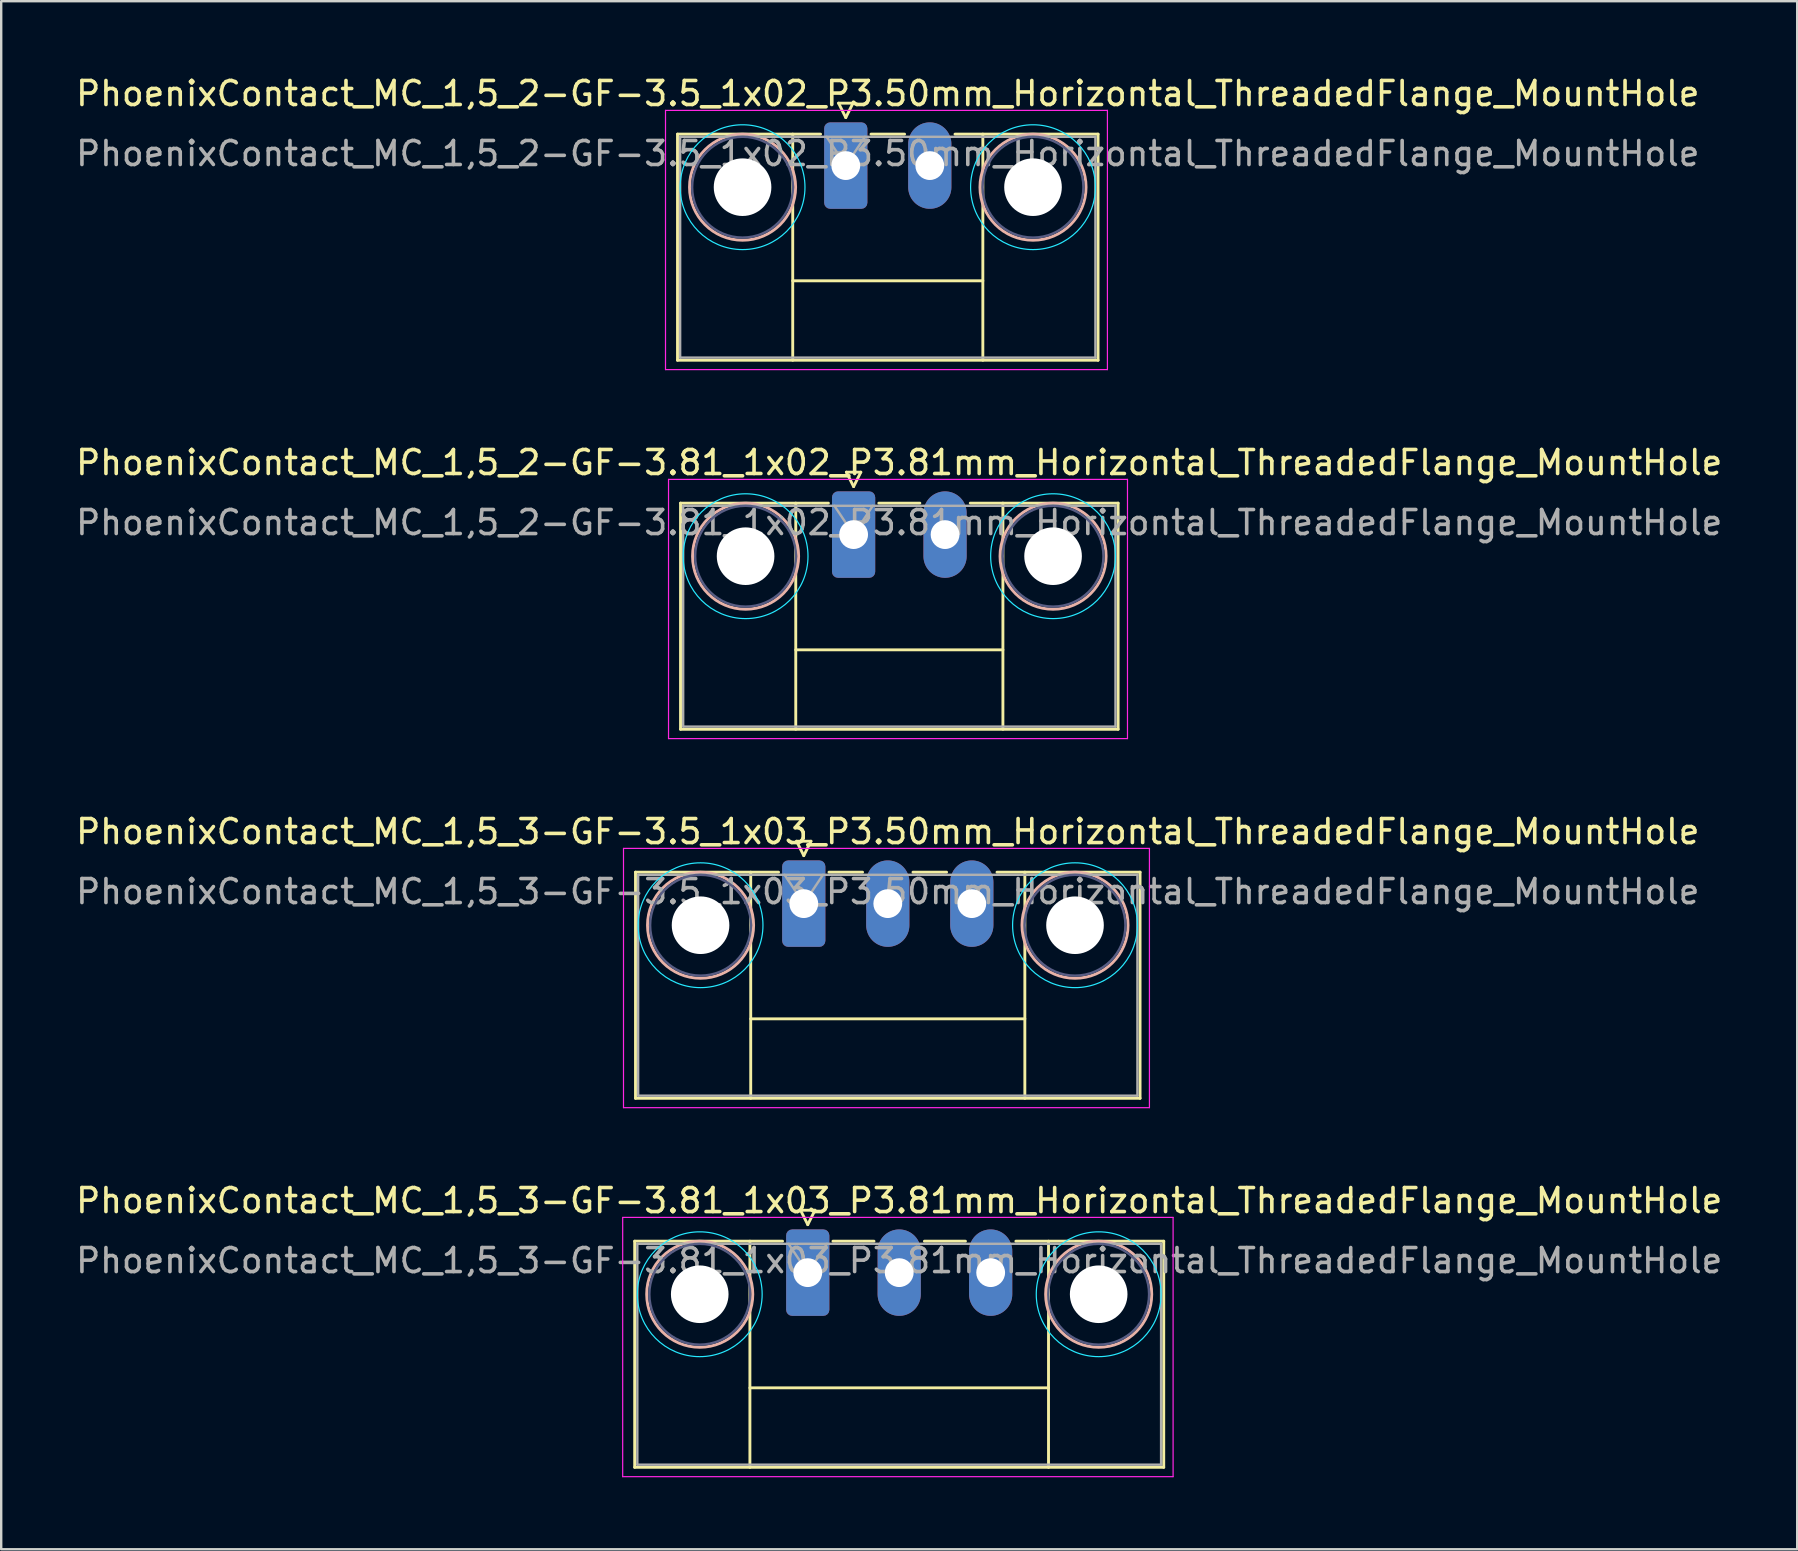
<source format=kicad_pcb>
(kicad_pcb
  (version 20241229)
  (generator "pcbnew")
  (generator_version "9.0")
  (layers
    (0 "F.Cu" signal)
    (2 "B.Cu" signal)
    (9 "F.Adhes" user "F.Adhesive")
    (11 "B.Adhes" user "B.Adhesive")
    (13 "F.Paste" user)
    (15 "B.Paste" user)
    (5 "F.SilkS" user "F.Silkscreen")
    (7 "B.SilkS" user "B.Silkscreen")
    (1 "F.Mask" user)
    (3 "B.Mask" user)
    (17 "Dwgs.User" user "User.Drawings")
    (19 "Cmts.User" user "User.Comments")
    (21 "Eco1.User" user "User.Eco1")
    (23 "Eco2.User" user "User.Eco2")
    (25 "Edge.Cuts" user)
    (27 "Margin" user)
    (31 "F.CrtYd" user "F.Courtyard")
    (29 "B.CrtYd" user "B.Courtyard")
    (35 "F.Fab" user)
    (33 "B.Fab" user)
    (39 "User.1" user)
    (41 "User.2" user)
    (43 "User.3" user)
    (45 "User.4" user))
  (footprint "PhoenixContact_MC_1,5_3-GF-3.81_1x03_P3.81mm_Horizontal_ThreadedFlange_MountHole"
    (layer "F.Cu")
    (at 30.601 49.968)
    (property "Reference" "PhoenixContact_MC_1,5_3-GF-3.81_1x03_P3.81mm_Horizontal_ThreadedFlange_MountHole" (at 3.81 -3 0) (layer "F.SilkS") (effects (font (size 1 1) (thickness 0.15))))
    (attr through_hole)
    (fp_line (start -7.21 -1.31) (end -7.21 8.11) (stroke (width 0.12) (type solid)) (layer "F.SilkS"))
    (fp_line (start -7.21 -1.31) (end -1.05 -1.31) (stroke (width 0.12) (type solid)) (layer "F.SilkS"))
    (fp_line (start -7.21 8.11) (end 14.83 8.11) (stroke (width 0.12) (type solid)) (layer "F.SilkS"))
    (fp_line (start -2.41 -1.31) (end -2.41 8.11) (stroke (width 0.12) (type solid)) (layer "F.SilkS"))
    (fp_line (start -2.41 4.8) (end 10.03 4.8) (stroke (width 0.12) (type solid)) (layer "F.SilkS"))
    (fp_line (start -0.3 -2.6) (end 0.3 -2.6) (stroke (width 0.12) (type solid)) (layer "F.SilkS"))
    (fp_line (start 0 -2) (end -0.3 -2.6) (stroke (width 0.12) (type solid)) (layer "F.SilkS"))
    (fp_line (start 0.3 -2.6) (end 0 -2) (stroke (width 0.12) (type solid)) (layer "F.SilkS"))
    (fp_line (start 1.05 -1.31) (end 2.76 -1.31) (stroke (width 0.12) (type solid)) (layer "F.SilkS"))
    (fp_line (start 4.86 -1.31) (end 6.57 -1.31) (stroke (width 0.12) (type solid)) (layer "F.SilkS"))
    (fp_line (start 10.03 -1.31) (end 10.03 8.11) (stroke (width 0.12) (type solid)) (layer "F.SilkS"))
    (fp_line (start 14.83 -1.31) (end 8.67 -1.31) (stroke (width 0.12) (type solid)) (layer "F.SilkS"))
    (fp_line (start 14.83 8.11) (end 14.83 -1.31) (stroke (width 0.12) (type solid)) (layer "F.SilkS"))
    (fp_circle (center -4.5 0.9) (end -2.29 0.9) (stroke (width 0.12) (type solid)) (fill no) (layer "B.SilkS"))
    (fp_circle (center 12.12 0.9) (end 14.33 0.9) (stroke (width 0.12) (type solid)) (fill no) (layer "B.SilkS"))
    (fp_circle (center -4.5 0.9) (end -1.9 0.9) (stroke (width 0.05) (type solid)) (fill no) (layer "B.CrtYd"))
    (fp_circle (center 12.12 0.9) (end 14.72 0.9) (stroke (width 0.05) (type solid)) (fill no) (layer "B.CrtYd"))
    (fp_line (start -7.71 -2.3) (end -7.71 8.5) (stroke (width 0.05) (type solid)) (layer "F.CrtYd"))
    (fp_line (start -7.71 8.5) (end 15.22 8.5) (stroke (width 0.05) (type solid)) (layer "F.CrtYd"))
    (fp_line (start 15.22 -2.3) (end -7.71 -2.3) (stroke (width 0.05) (type solid)) (layer "F.CrtYd"))
    (fp_line (start 15.22 8.5) (end 15.22 -2.3) (stroke (width 0.05) (type solid)) (layer "F.CrtYd"))
    (fp_circle (center -4.5 0.9) (end -2.4 0.9) (stroke (width 0.1) (type solid)) (fill no) (layer "B.Fab"))
    (fp_circle (center 12.12 0.9) (end 14.22 0.9) (stroke (width 0.1) (type solid)) (fill no) (layer "B.Fab"))
    (fp_line (start -7.1 -1.2) (end -7.1 8) (stroke (width 0.1) (type solid)) (layer "F.Fab"))
    (fp_line (start -7.1 8) (end 14.72 8) (stroke (width 0.1) (type solid)) (layer "F.Fab"))
    (fp_line (start 0 0) (end -0.8 -1.2) (stroke (width 0.1) (type solid)) (layer "F.Fab"))
    (fp_line (start 0.8 -1.2) (end 0 0) (stroke (width 0.1) (type solid)) (layer "F.Fab"))
    (fp_line (start 14.72 -1.2) (end -7.1 -1.2) (stroke (width 0.1) (type solid)) (layer "F.Fab"))
    (fp_line (start 14.72 8) (end 14.72 -1.2) (stroke (width 0.1) (type solid)) (layer "F.Fab"))
    (fp_text user "${REFERENCE}" (at 3.81 -0.5 0) (layer "F.Fab") (effects (font (size 1 1) (thickness 0.15))))
    (pad "" np_thru_hole circle (at -4.5 0.9) (size 2.4 2.4) (drill 2.4) (layers "*.Cu" "*.Mask"))
    (pad "" np_thru_hole circle (at 12.12 0.9) (size 2.4 2.4) (drill 2.4) (layers "*.Cu" "*.Mask"))
    (pad "1" thru_hole roundrect (at 0 0) (size 1.8 3.6) (drill 1.2) (layers "*.Cu" "*.Mask") (roundrect_rratio 0.139))
    (pad "2" thru_hole oval (at 3.81 0) (size 1.8 3.6) (drill 1.2) (layers "*.Cu" "*.Mask"))
    (pad "3" thru_hole oval (at 7.62 0) (size 1.8 3.6) (drill 1.2) (layers "*.Cu" "*.Mask")))
  (footprint "PhoenixContact_MC_1,5_2-GF-3.5_1x02_P3.50mm_Horizontal_ThreadedFlange_MountHole"
    (layer "F.Cu")
    (at 32.185 3.848)
    (property "Reference" "PhoenixContact_MC_1,5_2-GF-3.5_1x02_P3.50mm_Horizontal_ThreadedFlange_MountHole" (at 1.75 -3 0) (layer "F.SilkS") (effects (font (size 1 1) (thickness 0.15))))
    (attr through_hole)
    (fp_line (start -7.01 -1.31) (end -7.01 8.11) (stroke (width 0.12) (type solid)) (layer "F.SilkS"))
    (fp_line (start -7.01 -1.31) (end -1.05 -1.31) (stroke (width 0.12) (type solid)) (layer "F.SilkS"))
    (fp_line (start -7.01 8.11) (end 10.51 8.11) (stroke (width 0.12) (type solid)) (layer "F.SilkS"))
    (fp_line (start -2.21 -1.31) (end -2.21 8.11) (stroke (width 0.12) (type solid)) (layer "F.SilkS"))
    (fp_line (start -2.21 4.8) (end 5.71 4.8) (stroke (width 0.12) (type solid)) (layer "F.SilkS"))
    (fp_line (start -0.3 -2.6) (end 0.3 -2.6) (stroke (width 0.12) (type solid)) (layer "F.SilkS"))
    (fp_line (start 0 -2) (end -0.3 -2.6) (stroke (width 0.12) (type solid)) (layer "F.SilkS"))
    (fp_line (start 0.3 -2.6) (end 0 -2) (stroke (width 0.12) (type solid)) (layer "F.SilkS"))
    (fp_line (start 1.05 -1.31) (end 2.45 -1.31) (stroke (width 0.12) (type solid)) (layer "F.SilkS"))
    (fp_line (start 5.71 -1.31) (end 5.71 8.11) (stroke (width 0.12) (type solid)) (layer "F.SilkS"))
    (fp_line (start 10.51 -1.31) (end 4.55 -1.31) (stroke (width 0.12) (type solid)) (layer "F.SilkS"))
    (fp_line (start 10.51 8.11) (end 10.51 -1.31) (stroke (width 0.12) (type solid)) (layer "F.SilkS"))
    (fp_circle (center -4.3 0.9) (end -2.09 0.9) (stroke (width 0.12) (type solid)) (fill no) (layer "B.SilkS"))
    (fp_circle (center 7.8 0.9) (end 10.01 0.9) (stroke (width 0.12) (type solid)) (fill no) (layer "B.SilkS"))
    (fp_circle (center -4.3 0.9) (end -1.7 0.9) (stroke (width 0.05) (type solid)) (fill no) (layer "B.CrtYd"))
    (fp_circle (center 7.8 0.9) (end 10.4 0.9) (stroke (width 0.05) (type solid)) (fill no) (layer "B.CrtYd"))
    (fp_line (start -7.51 -2.3) (end -7.51 8.5) (stroke (width 0.05) (type solid)) (layer "F.CrtYd"))
    (fp_line (start -7.51 8.5) (end 10.9 8.5) (stroke (width 0.05) (type solid)) (layer "F.CrtYd"))
    (fp_line (start 10.9 -2.3) (end -7.51 -2.3) (stroke (width 0.05) (type solid)) (layer "F.CrtYd"))
    (fp_line (start 10.9 8.5) (end 10.9 -2.3) (stroke (width 0.05) (type solid)) (layer "F.CrtYd"))
    (fp_circle (center -4.3 0.9) (end -2.2 0.9) (stroke (width 0.1) (type solid)) (fill no) (layer "B.Fab"))
    (fp_circle (center 7.8 0.9) (end 9.9 0.9) (stroke (width 0.1) (type solid)) (fill no) (layer "B.Fab"))
    (fp_line (start -6.9 -1.2) (end -6.9 8) (stroke (width 0.1) (type solid)) (layer "F.Fab"))
    (fp_line (start -6.9 8) (end 10.4 8) (stroke (width 0.1) (type solid)) (layer "F.Fab"))
    (fp_line (start 0 0) (end -0.8 -1.2) (stroke (width 0.1) (type solid)) (layer "F.Fab"))
    (fp_line (start 0.8 -1.2) (end 0 0) (stroke (width 0.1) (type solid)) (layer "F.Fab"))
    (fp_line (start 10.4 -1.2) (end -6.9 -1.2) (stroke (width 0.1) (type solid)) (layer "F.Fab"))
    (fp_line (start 10.4 8) (end 10.4 -1.2) (stroke (width 0.1) (type solid)) (layer "F.Fab"))
    (fp_text user "${REFERENCE}" (at 1.75 -0.5 0) (layer "F.Fab") (effects (font (size 1 1) (thickness 0.15))))
    (pad "" np_thru_hole circle (at -4.3 0.9) (size 2.4 2.4) (drill 2.4) (layers "*.Cu" "*.Mask"))
    (pad "" np_thru_hole circle (at 7.8 0.9) (size 2.4 2.4) (drill 2.4) (layers "*.Cu" "*.Mask"))
    (pad "1" thru_hole roundrect (at 0 0) (size 1.8 3.6) (drill 1.2) (layers "*.Cu" "*.Mask") (roundrect_rratio 0.139))
    (pad "2" thru_hole oval (at 3.5 0) (size 1.8 3.6) (drill 1.2) (layers "*.Cu" "*.Mask")))
  (footprint "PhoenixContact_MC_1,5_2-GF-3.81_1x02_P3.81mm_Horizontal_ThreadedFlange_MountHole"
    (layer "F.Cu")
    (at 32.511 19.221)
    (property "Reference" "PhoenixContact_MC_1,5_2-GF-3.81_1x02_P3.81mm_Horizontal_ThreadedFlange_MountHole" (at 1.9 -3 0) (layer "F.SilkS") (effects (font (size 1 1) (thickness 0.15))))
    (attr through_hole)
    (fp_line (start -7.21 -1.31) (end -7.21 8.11) (stroke (width 0.12) (type solid)) (layer "F.SilkS"))
    (fp_line (start -7.21 -1.31) (end -1.05 -1.31) (stroke (width 0.12) (type solid)) (layer "F.SilkS"))
    (fp_line (start -7.21 8.11) (end 11.02 8.11) (stroke (width 0.12) (type solid)) (layer "F.SilkS"))
    (fp_line (start -2.41 -1.31) (end -2.41 8.11) (stroke (width 0.12) (type solid)) (layer "F.SilkS"))
    (fp_line (start -2.41 4.8) (end 6.22 4.8) (stroke (width 0.12) (type solid)) (layer "F.SilkS"))
    (fp_line (start -0.3 -2.6) (end 0.3 -2.6) (stroke (width 0.12) (type solid)) (layer "F.SilkS"))
    (fp_line (start 0 -2) (end -0.3 -2.6) (stroke (width 0.12) (type solid)) (layer "F.SilkS"))
    (fp_line (start 0.3 -2.6) (end 0 -2) (stroke (width 0.12) (type solid)) (layer "F.SilkS"))
    (fp_line (start 1.05 -1.31) (end 2.76 -1.31) (stroke (width 0.12) (type solid)) (layer "F.SilkS"))
    (fp_line (start 6.22 -1.31) (end 6.22 8.11) (stroke (width 0.12) (type solid)) (layer "F.SilkS"))
    (fp_line (start 11.02 -1.31) (end 4.86 -1.31) (stroke (width 0.12) (type solid)) (layer "F.SilkS"))
    (fp_line (start 11.02 8.11) (end 11.02 -1.31) (stroke (width 0.12) (type solid)) (layer "F.SilkS"))
    (fp_circle (center -4.5 0.9) (end -2.29 0.9) (stroke (width 0.12) (type solid)) (fill no) (layer "B.SilkS"))
    (fp_circle (center 8.31 0.9) (end 10.52 0.9) (stroke (width 0.12) (type solid)) (fill no) (layer "B.SilkS"))
    (fp_circle (center -4.5 0.9) (end -1.9 0.9) (stroke (width 0.05) (type solid)) (fill no) (layer "B.CrtYd"))
    (fp_circle (center 8.31 0.9) (end 10.91 0.9) (stroke (width 0.05) (type solid)) (fill no) (layer "B.CrtYd"))
    (fp_line (start -7.71 -2.3) (end -7.71 8.5) (stroke (width 0.05) (type solid)) (layer "F.CrtYd"))
    (fp_line (start -7.71 8.5) (end 11.41 8.5) (stroke (width 0.05) (type solid)) (layer "F.CrtYd"))
    (fp_line (start 11.41 -2.3) (end -7.71 -2.3) (stroke (width 0.05) (type solid)) (layer "F.CrtYd"))
    (fp_line (start 11.41 8.5) (end 11.41 -2.3) (stroke (width 0.05) (type solid)) (layer "F.CrtYd"))
    (fp_circle (center -4.5 0.9) (end -2.4 0.9) (stroke (width 0.1) (type solid)) (fill no) (layer "B.Fab"))
    (fp_circle (center 8.31 0.9) (end 10.41 0.9) (stroke (width 0.1) (type solid)) (fill no) (layer "B.Fab"))
    (fp_line (start -7.1 -1.2) (end -7.1 8) (stroke (width 0.1) (type solid)) (layer "F.Fab"))
    (fp_line (start -7.1 8) (end 10.91 8) (stroke (width 0.1) (type solid)) (layer "F.Fab"))
    (fp_line (start 0 0) (end -0.8 -1.2) (stroke (width 0.1) (type solid)) (layer "F.Fab"))
    (fp_line (start 0.8 -1.2) (end 0 0) (stroke (width 0.1) (type solid)) (layer "F.Fab"))
    (fp_line (start 10.91 -1.2) (end -7.1 -1.2) (stroke (width 0.1) (type solid)) (layer "F.Fab"))
    (fp_line (start 10.91 8) (end 10.91 -1.2) (stroke (width 0.1) (type solid)) (layer "F.Fab"))
    (fp_text user "${REFERENCE}" (at 1.9 -0.5 0) (layer "F.Fab") (effects (font (size 1 1) (thickness 0.15))))
    (pad "" np_thru_hole circle (at -4.5 0.9) (size 2.4 2.4) (drill 2.4) (layers "*.Cu" "*.Mask"))
    (pad "" np_thru_hole circle (at 8.31 0.9) (size 2.4 2.4) (drill 2.4) (layers "*.Cu" "*.Mask"))
    (pad "1" thru_hole roundrect (at 0 0) (size 1.8 3.6) (drill 1.2) (layers "*.Cu" "*.Mask") (roundrect_rratio 0.139))
    (pad "2" thru_hole oval (at 3.81 0) (size 1.8 3.6) (drill 1.2) (layers "*.Cu" "*.Mask")))
  (footprint "PhoenixContact_MC_1,5_3-GF-3.5_1x03_P3.50mm_Horizontal_ThreadedFlange_MountHole"
    (layer "F.Cu")
    (at 30.435 34.595)
    (property "Reference" "PhoenixContact_MC_1,5_3-GF-3.5_1x03_P3.50mm_Horizontal_ThreadedFlange_MountHole" (at 3.5 -3 0) (layer "F.SilkS") (effects (font (size 1 1) (thickness 0.15))))
    (attr through_hole)
    (fp_line (start -7.01 -1.31) (end -7.01 8.11) (stroke (width 0.12) (type solid)) (layer "F.SilkS"))
    (fp_line (start -7.01 -1.31) (end -1.05 -1.31) (stroke (width 0.12) (type solid)) (layer "F.SilkS"))
    (fp_line (start -7.01 8.11) (end 14.01 8.11) (stroke (width 0.12) (type solid)) (layer "F.SilkS"))
    (fp_line (start -2.21 -1.31) (end -2.21 8.11) (stroke (width 0.12) (type solid)) (layer "F.SilkS"))
    (fp_line (start -2.21 4.8) (end 9.21 4.8) (stroke (width 0.12) (type solid)) (layer "F.SilkS"))
    (fp_line (start -0.3 -2.6) (end 0.3 -2.6) (stroke (width 0.12) (type solid)) (layer "F.SilkS"))
    (fp_line (start 0 -2) (end -0.3 -2.6) (stroke (width 0.12) (type solid)) (layer "F.SilkS"))
    (fp_line (start 0.3 -2.6) (end 0 -2) (stroke (width 0.12) (type solid)) (layer "F.SilkS"))
    (fp_line (start 1.05 -1.31) (end 2.45 -1.31) (stroke (width 0.12) (type solid)) (layer "F.SilkS"))
    (fp_line (start 4.55 -1.31) (end 5.95 -1.31) (stroke (width 0.12) (type solid)) (layer "F.SilkS"))
    (fp_line (start 9.21 -1.31) (end 9.21 8.11) (stroke (width 0.12) (type solid)) (layer "F.SilkS"))
    (fp_line (start 14.01 -1.31) (end 8.05 -1.31) (stroke (width 0.12) (type solid)) (layer "F.SilkS"))
    (fp_line (start 14.01 8.11) (end 14.01 -1.31) (stroke (width 0.12) (type solid)) (layer "F.SilkS"))
    (fp_circle (center -4.3 0.9) (end -2.09 0.9) (stroke (width 0.12) (type solid)) (fill no) (layer "B.SilkS"))
    (fp_circle (center 11.3 0.9) (end 13.51 0.9) (stroke (width 0.12) (type solid)) (fill no) (layer "B.SilkS"))
    (fp_circle (center -4.3 0.9) (end -1.7 0.9) (stroke (width 0.05) (type solid)) (fill no) (layer "B.CrtYd"))
    (fp_circle (center 11.3 0.9) (end 13.9 0.9) (stroke (width 0.05) (type solid)) (fill no) (layer "B.CrtYd"))
    (fp_line (start -7.51 -2.3) (end -7.51 8.5) (stroke (width 0.05) (type solid)) (layer "F.CrtYd"))
    (fp_line (start -7.51 8.5) (end 14.4 8.5) (stroke (width 0.05) (type solid)) (layer "F.CrtYd"))
    (fp_line (start 14.4 -2.3) (end -7.51 -2.3) (stroke (width 0.05) (type solid)) (layer "F.CrtYd"))
    (fp_line (start 14.4 8.5) (end 14.4 -2.3) (stroke (width 0.05) (type solid)) (layer "F.CrtYd"))
    (fp_circle (center -4.3 0.9) (end -2.2 0.9) (stroke (width 0.1) (type solid)) (fill no) (layer "B.Fab"))
    (fp_circle (center 11.3 0.9) (end 13.4 0.9) (stroke (width 0.1) (type solid)) (fill no) (layer "B.Fab"))
    (fp_line (start -6.9 -1.2) (end -6.9 8) (stroke (width 0.1) (type solid)) (layer "F.Fab"))
    (fp_line (start -6.9 8) (end 13.9 8) (stroke (width 0.1) (type solid)) (layer "F.Fab"))
    (fp_line (start 0 0) (end -0.8 -1.2) (stroke (width 0.1) (type solid)) (layer "F.Fab"))
    (fp_line (start 0.8 -1.2) (end 0 0) (stroke (width 0.1) (type solid)) (layer "F.Fab"))
    (fp_line (start 13.9 -1.2) (end -6.9 -1.2) (stroke (width 0.1) (type solid)) (layer "F.Fab"))
    (fp_line (start 13.9 8) (end 13.9 -1.2) (stroke (width 0.1) (type solid)) (layer "F.Fab"))
    (fp_text user "${REFERENCE}" (at 3.5 -0.5 0) (layer "F.Fab") (effects (font (size 1 1) (thickness 0.15))))
    (pad "" np_thru_hole circle (at -4.3 0.9) (size 2.4 2.4) (drill 2.4) (layers "*.Cu" "*.Mask"))
    (pad "" np_thru_hole circle (at 11.3 0.9) (size 2.4 2.4) (drill 2.4) (layers "*.Cu" "*.Mask"))
    (pad "1" thru_hole roundrect (at 0 0) (size 1.8 3.6) (drill 1.2) (layers "*.Cu" "*.Mask") (roundrect_rratio 0.139))
    (pad "2" thru_hole oval (at 3.5 0) (size 1.8 3.6) (drill 1.2) (layers "*.Cu" "*.Mask"))
    (pad "3" thru_hole oval (at 7 0) (size 1.8 3.6) (drill 1.2) (layers "*.Cu" "*.Mask")))
  (gr_rect
    (start -3 -3)
    (end 71.821 61.493)
    (stroke (width 0.1) (type default))
    (fill no)
    (layer "Edge.Cuts")))
</source>
